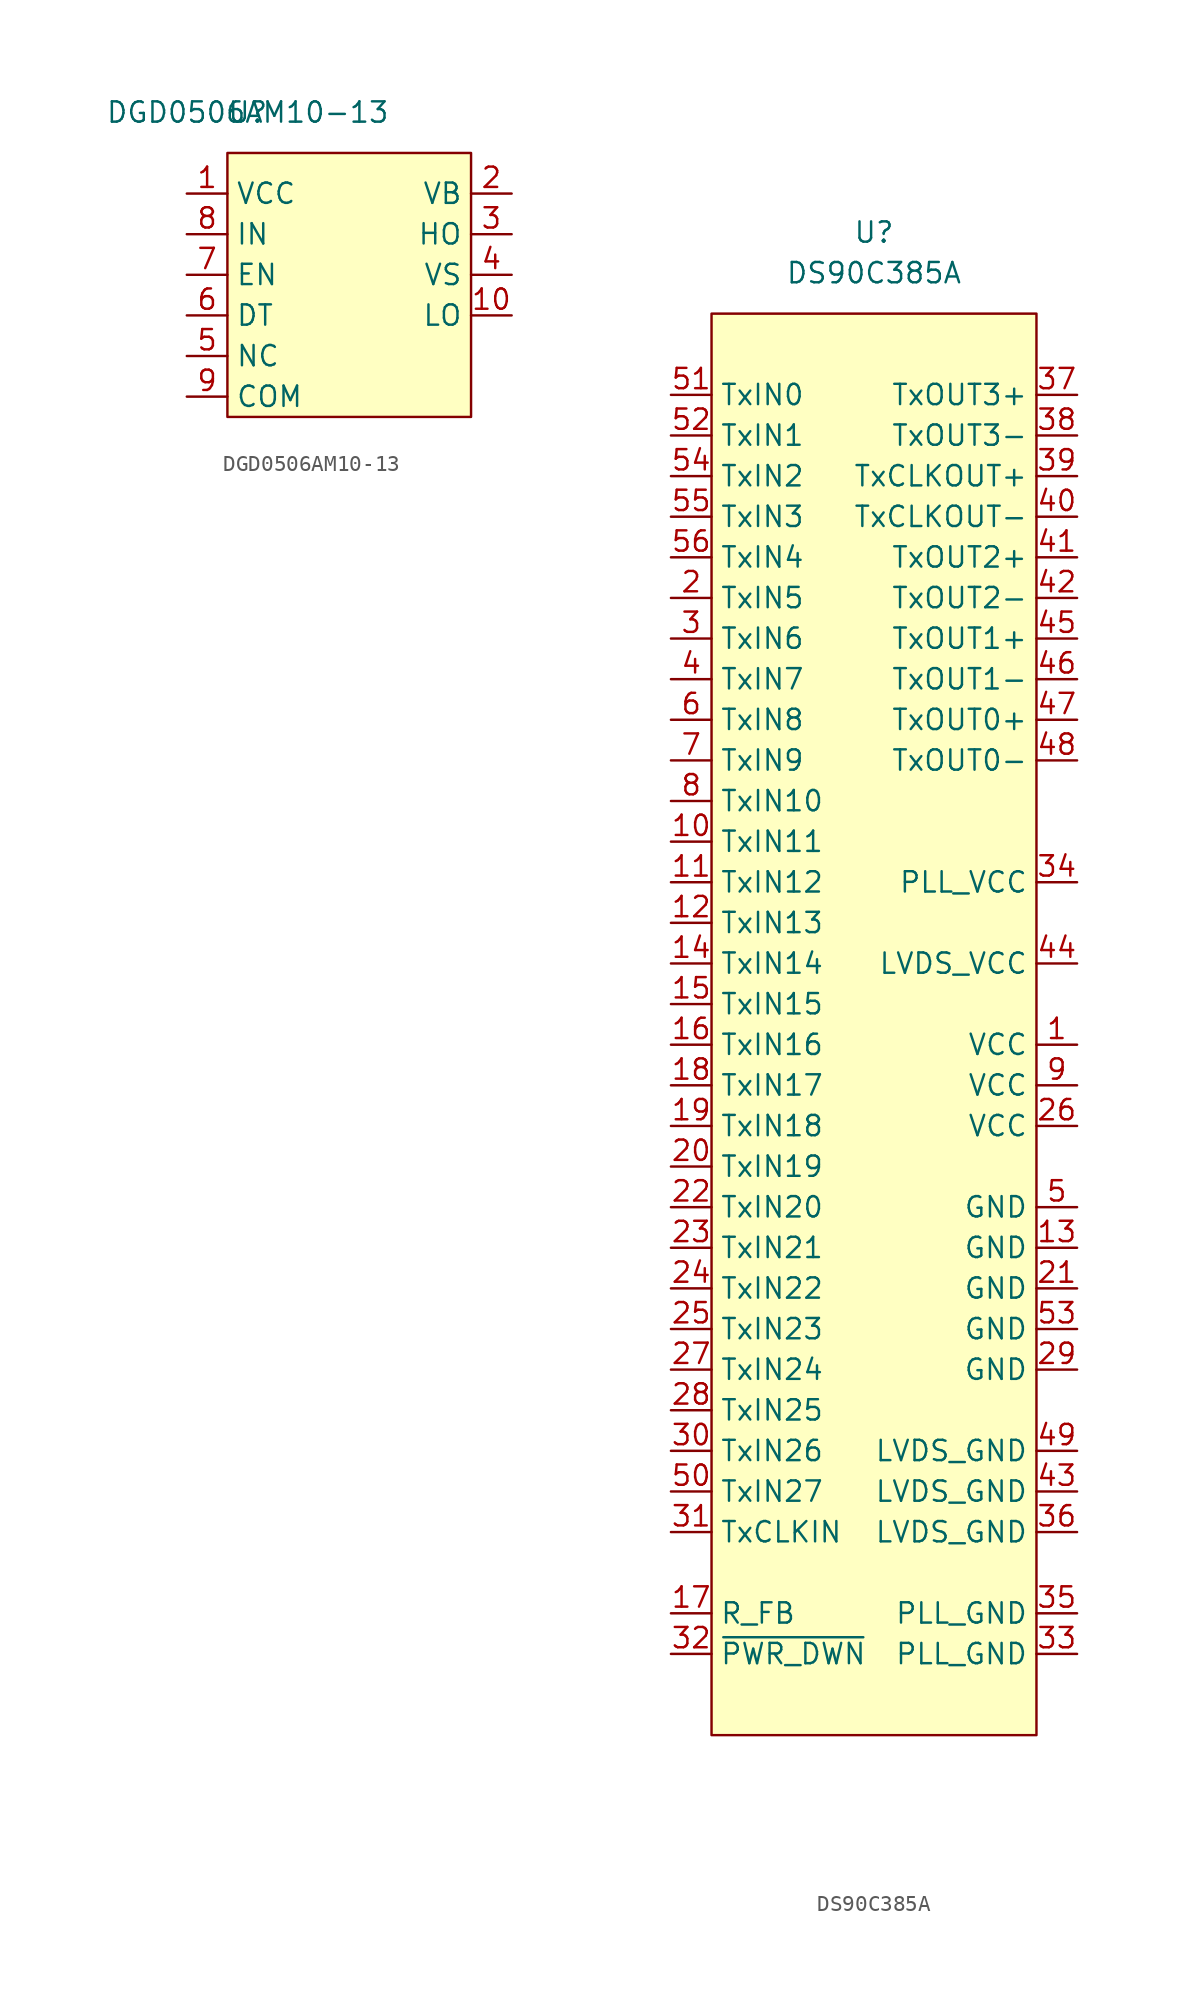
<source format=kicad_sym>
(kicad_symbol_lib
  (version 20220914)
  (generator kicad_symbol_editor)
  (symbol "DGD0506AM10-13"
    (property "Reference" "U"
      (at 1.27 2.54 0)
      (effects (font (size 1.27 1.27))))
    (property "Value" "DGD0506AM10-13"
      (at 1.27 2.54 0)
      (effects (font (size 1.27 1.27))))
    (symbol "DGD0506AM10-13_0_1"
      (rectangle (start 0 0) (end 15.24 -16.51) (stroke (width 0) (type default)) (fill (type background))))
    (symbol "DGD0506AM10-13_1_1"
      (pin power_in line (at -2.54 -2.54 0) (length 2.54) (name "VCC" (effects (font (size 1.27 1.27)))) (number "1" (effects (font (size 1.27 1.27)))))
      (pin output line (at 17.78 -10.16 180) (length 2.54) (name "LO" (effects (font (size 1.27 1.27)))) (number "10" (effects (font (size 1.27 1.27)))))
      (pin power_in line (at 17.78 -2.54 180) (length 2.54) (name "VB" (effects (font (size 1.27 1.27)))) (number "2" (effects (font (size 1.27 1.27)))))
      (pin output line (at 17.78 -5.08 180) (length 2.54) (name "HO" (effects (font (size 1.27 1.27)))) (number "3" (effects (font (size 1.27 1.27)))))
      (pin passive line (at 17.78 -7.62 180) (length 2.54) (name "VS" (effects (font (size 1.27 1.27)))) (number "4" (effects (font (size 1.27 1.27)))))
      (pin passive line (at -2.54 -12.7 0) (length 2.54) (name "NC" (effects (font (size 1.27 1.27)))) (number "5" (effects (font (size 1.27 1.27)))))
      (pin bidirectional line (at -2.54 -10.16 0) (length 2.54) (name "DT" (effects (font (size 1.27 1.27)))) (number "6" (effects (font (size 1.27 1.27)))))
      (pin input line (at -2.54 -7.62 0) (length 2.54) (name "EN" (effects (font (size 1.27 1.27)))) (number "7" (effects (font (size 1.27 1.27)))))
      (pin input line (at -2.54 -5.08 0) (length 2.54) (name "IN" (effects (font (size 1.27 1.27)))) (number "8" (effects (font (size 1.27 1.27)))))
      (pin passive line (at -2.54 -15.24 0) (length 2.54) (name "COM" (effects (font (size 1.27 1.27)))) (number "9" (effects (font (size 1.27 1.27)))))))
  (symbol "DS90C385A"
    (property "Reference" "U"
      (at 0 0 0)
      (effects (font (size 1.27 1.27))))
    (property "Value" "DS90C385A"
      (at 0 -2.54 0)
      (effects (font (size 1.27 1.27))))
    (symbol "DS90C385A_0_1"
      (rectangle (start -10.16 -5.08) (end 10.16 -93.98) (stroke (width 0.152) (type default)) (fill (type background))))
    (symbol "DS90C385A_1_1"
      (pin output line (at 12.7 -50.8 180) (length 2.54) (name "VCC" (effects (font (size 1.27 1.27)))) (number "1" (effects (font (size 1.27 1.27)))))
      (pin input line (at -12.7 -38.1 0) (length 2.54) (name "TxIN11" (effects (font (size 1.27 1.27)))) (number "10" (effects (font (size 1.27 1.27)))))
      (pin input line (at -12.7 -40.64 0) (length 2.54) (name "TxIN12" (effects (font (size 1.27 1.27)))) (number "11" (effects (font (size 1.27 1.27)))))
      (pin input line (at -12.7 -43.18 0) (length 2.54) (name "TxIN13" (effects (font (size 1.27 1.27)))) (number "12" (effects (font (size 1.27 1.27)))))
      (pin output line (at 12.7 -63.5 180) (length 2.54) (name "GND" (effects (font (size 1.27 1.27)))) (number "13" (effects (font (size 1.27 1.27)))))
      (pin input line (at -12.7 -45.72 0) (length 2.54) (name "TxIN14" (effects (font (size 1.27 1.27)))) (number "14" (effects (font (size 1.27 1.27)))))
      (pin input line (at -12.7 -48.26 0) (length 2.54) (name "TxIN15" (effects (font (size 1.27 1.27)))) (number "15" (effects (font (size 1.27 1.27)))))
      (pin input line (at -12.7 -50.8 0) (length 2.54) (name "TxIN16" (effects (font (size 1.27 1.27)))) (number "16" (effects (font (size 1.27 1.27)))))
      (pin input line (at -12.7 -86.36 0) (length 2.54) (name "R_FB" (effects (font (size 1.27 1.27)))) (number "17" (effects (font (size 1.27 1.27)))))
      (pin input line (at -12.7 -53.34 0) (length 2.54) (name "TxIN17" (effects (font (size 1.27 1.27)))) (number "18" (effects (font (size 1.27 1.27)))))
      (pin input line (at -12.7 -55.88 0) (length 2.54) (name "TxIN18" (effects (font (size 1.27 1.27)))) (number "19" (effects (font (size 1.27 1.27)))))
      (pin input line (at -12.7 -22.86 0) (length 2.54) (name "TxIN5" (effects (font (size 1.27 1.27)))) (number "2" (effects (font (size 1.27 1.27)))))
      (pin input line (at -12.7 -58.42 0) (length 2.54) (name "TxIN19" (effects (font (size 1.27 1.27)))) (number "20" (effects (font (size 1.27 1.27)))))
      (pin output line (at 12.7 -66.04 180) (length 2.54) (name "GND" (effects (font (size 1.27 1.27)))) (number "21" (effects (font (size 1.27 1.27)))))
      (pin input line (at -12.7 -60.96 0) (length 2.54) (name "TxIN20" (effects (font (size 1.27 1.27)))) (number "22" (effects (font (size 1.27 1.27)))))
      (pin input line (at -12.7 -63.5 0) (length 2.54) (name "TxIN21" (effects (font (size 1.27 1.27)))) (number "23" (effects (font (size 1.27 1.27)))))
      (pin input line (at -12.7 -66.04 0) (length 2.54) (name "TxIN22" (effects (font (size 1.27 1.27)))) (number "24" (effects (font (size 1.27 1.27)))))
      (pin input line (at -12.7 -68.58 0) (length 2.54) (name "TxIN23" (effects (font (size 1.27 1.27)))) (number "25" (effects (font (size 1.27 1.27)))))
      (pin output line (at 12.7 -55.88 180) (length 2.54) (name "VCC" (effects (font (size 1.27 1.27)))) (number "26" (effects (font (size 1.27 1.27)))))
      (pin input line (at -12.7 -71.12 0) (length 2.54) (name "TxIN24" (effects (font (size 1.27 1.27)))) (number "27" (effects (font (size 1.27 1.27)))))
      (pin input line (at -12.7 -73.66 0) (length 2.54) (name "TxIN25" (effects (font (size 1.27 1.27)))) (number "28" (effects (font (size 1.27 1.27)))))
      (pin output line (at 12.7 -71.12 180) (length 2.54) (name "GND" (effects (font (size 1.27 1.27)))) (number "29" (effects (font (size 1.27 1.27)))))
      (pin input line (at -12.7 -25.4 0) (length 2.54) (name "TxIN6" (effects (font (size 1.27 1.27)))) (number "3" (effects (font (size 1.27 1.27)))))
      (pin input line (at -12.7 -76.2 0) (length 2.54) (name "TxIN26" (effects (font (size 1.27 1.27)))) (number "30" (effects (font (size 1.27 1.27)))))
      (pin input line (at -12.7 -81.28 0) (length 2.54) (name "TxCLKIN" (effects (font (size 1.27 1.27)))) (number "31" (effects (font (size 1.27 1.27)))))
      (pin input line (at -12.7 -88.9 0) (length 2.54) (name "~{PWR_DWN}" (effects (font (size 1.27 1.27)))) (number "32" (effects (font (size 1.27 1.27)))))
      (pin output line (at 12.7 -88.9 180) (length 2.54) (name "PLL_GND" (effects (font (size 1.27 1.27)))) (number "33" (effects (font (size 1.27 1.27)))))
      (pin output line (at 12.7 -40.64 180) (length 2.54) (name "PLL_VCC" (effects (font (size 1.27 1.27)))) (number "34" (effects (font (size 1.27 1.27)))))
      (pin output line (at 12.7 -86.36 180) (length 2.54) (name "PLL_GND" (effects (font (size 1.27 1.27)))) (number "35" (effects (font (size 1.27 1.27)))))
      (pin output line (at 12.7 -81.28 180) (length 2.54) (name "LVDS_GND" (effects (font (size 1.27 1.27)))) (number "36" (effects (font (size 1.27 1.27)))))
      (pin output line (at 12.7 -10.16 180) (length 2.54) (name "TxOUT3+" (effects (font (size 1.27 1.27)))) (number "37" (effects (font (size 1.27 1.27)))))
      (pin output line (at 12.7 -12.7 180) (length 2.54) (name "TxOUT3-" (effects (font (size 1.27 1.27)))) (number "38" (effects (font (size 1.27 1.27)))))
      (pin output line (at 12.7 -15.24 180) (length 2.54) (name "TxCLKOUT+" (effects (font (size 1.27 1.27)))) (number "39" (effects (font (size 1.27 1.27)))))
      (pin input line (at -12.7 -27.94 0) (length 2.54) (name "TxIN7" (effects (font (size 1.27 1.27)))) (number "4" (effects (font (size 1.27 1.27)))))
      (pin output line (at 12.7 -17.78 180) (length 2.54) (name "TxCLKOUT-" (effects (font (size 1.27 1.27)))) (number "40" (effects (font (size 1.27 1.27)))))
      (pin output line (at 12.7 -20.32 180) (length 2.54) (name "TxOUT2+" (effects (font (size 1.27 1.27)))) (number "41" (effects (font (size 1.27 1.27)))))
      (pin output line (at 12.7 -22.86 180) (length 2.54) (name "TxOUT2-" (effects (font (size 1.27 1.27)))) (number "42" (effects (font (size 1.27 1.27)))))
      (pin output line (at 12.7 -78.74 180) (length 2.54) (name "LVDS_GND" (effects (font (size 1.27 1.27)))) (number "43" (effects (font (size 1.27 1.27)))))
      (pin output line (at 12.7 -45.72 180) (length 2.54) (name "LVDS_VCC" (effects (font (size 1.27 1.27)))) (number "44" (effects (font (size 1.27 1.27)))))
      (pin output line (at 12.7 -25.4 180) (length 2.54) (name "TxOUT1+" (effects (font (size 1.27 1.27)))) (number "45" (effects (font (size 1.27 1.27)))))
      (pin output line (at 12.7 -27.94 180) (length 2.54) (name "TxOUT1-" (effects (font (size 1.27 1.27)))) (number "46" (effects (font (size 1.27 1.27)))))
      (pin output line (at 12.7 -30.48 180) (length 2.54) (name "TxOUT0+" (effects (font (size 1.27 1.27)))) (number "47" (effects (font (size 1.27 1.27)))))
      (pin output line (at 12.7 -33.02 180) (length 2.54) (name "TxOUT0-" (effects (font (size 1.27 1.27)))) (number "48" (effects (font (size 1.27 1.27)))))
      (pin output line (at 12.7 -76.2 180) (length 2.54) (name "LVDS_GND" (effects (font (size 1.27 1.27)))) (number "49" (effects (font (size 1.27 1.27)))))
      (pin output line (at 12.7 -60.96 180) (length 2.54) (name "GND" (effects (font (size 1.27 1.27)))) (number "5" (effects (font (size 1.27 1.27)))))
      (pin input line (at -12.7 -78.74 0) (length 2.54) (name "TxIN27" (effects (font (size 1.27 1.27)))) (number "50" (effects (font (size 1.27 1.27)))))
      (pin input line (at -12.7 -10.16 0) (length 2.54) (name "TxIN0" (effects (font (size 1.27 1.27)))) (number "51" (effects (font (size 1.27 1.27)))))
      (pin input line (at -12.7 -12.7 0) (length 2.54) (name "TxIN1" (effects (font (size 1.27 1.27)))) (number "52" (effects (font (size 1.27 1.27)))))
      (pin output line (at 12.7 -68.58 180) (length 2.54) (name "GND" (effects (font (size 1.27 1.27)))) (number "53" (effects (font (size 1.27 1.27)))))
      (pin input line (at -12.7 -15.24 0) (length 2.54) (name "TxIN2" (effects (font (size 1.27 1.27)))) (number "54" (effects (font (size 1.27 1.27)))))
      (pin input line (at -12.7 -17.78 0) (length 2.54) (name "TxIN3" (effects (font (size 1.27 1.27)))) (number "55" (effects (font (size 1.27 1.27)))))
      (pin input line (at -12.7 -20.32 0) (length 2.54) (name "TxIN4" (effects (font (size 1.27 1.27)))) (number "56" (effects (font (size 1.27 1.27)))))
      (pin input line (at -12.7 -30.48 0) (length 2.54) (name "TxIN8" (effects (font (size 1.27 1.27)))) (number "6" (effects (font (size 1.27 1.27)))))
      (pin input line (at -12.7 -33.02 0) (length 2.54) (name "TxIN9" (effects (font (size 1.27 1.27)))) (number "7" (effects (font (size 1.27 1.27)))))
      (pin input line (at -12.7 -35.56 0) (length 2.54) (name "TxIN10" (effects (font (size 1.27 1.27)))) (number "8" (effects (font (size 1.27 1.27)))))
      (pin output line (at 12.7 -53.34 180) (length 2.54) (name "VCC" (effects (font (size 1.27 1.27)))) (number "9" (effects (font (size 1.27 1.27))))))))
</source>
